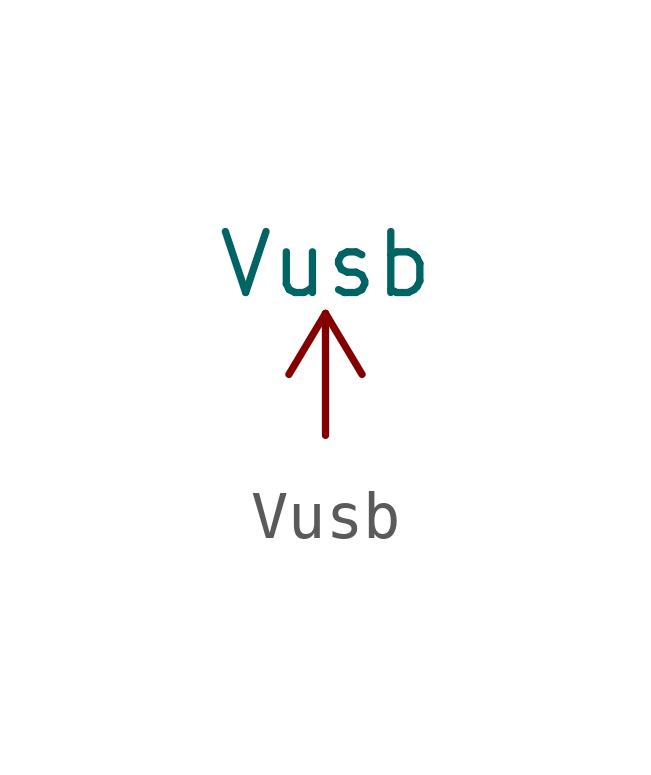
<source format=kicad_sym>
(kicad_symbol_lib
  (version 20211014)
  (generator kicad_symbol_editor)
  (symbol "Vusb"
    (power)
    (pin_names
      (offset 0))
    (property "Reference" "#PWR"
      (at 0 -3.81 0)
      (effects (font (size 1.27 1.27)) hide))
    (property "Value" "Vusb"
      (at 0 3.556 0)
      (effects (font (size 1.27 1.27))))
    (symbol "Vusb_0_1"
      (polyline (pts (xy -0.762 1.27) (xy 0 2.54)) (stroke (width 0) (type default) (color 0 0 0 0)) (fill (type none)))
      (polyline (pts (xy 0 0) (xy 0 2.54)) (stroke (width 0) (type default) (color 0 0 0 0)) (fill (type none)))
      (polyline (pts (xy 0 2.54) (xy 0.762 1.27)) (stroke (width 0) (type default) (color 0 0 0 0)) (fill (type none))))
    (symbol "Vusb_1_1"
      (pin power_in line (at 0 0 90) (length 0) hide (name "+1V8" (effects (font (size 1.27 1.27)))) (number "1" (effects (font (size 1.27 1.27))))))))
</source>
